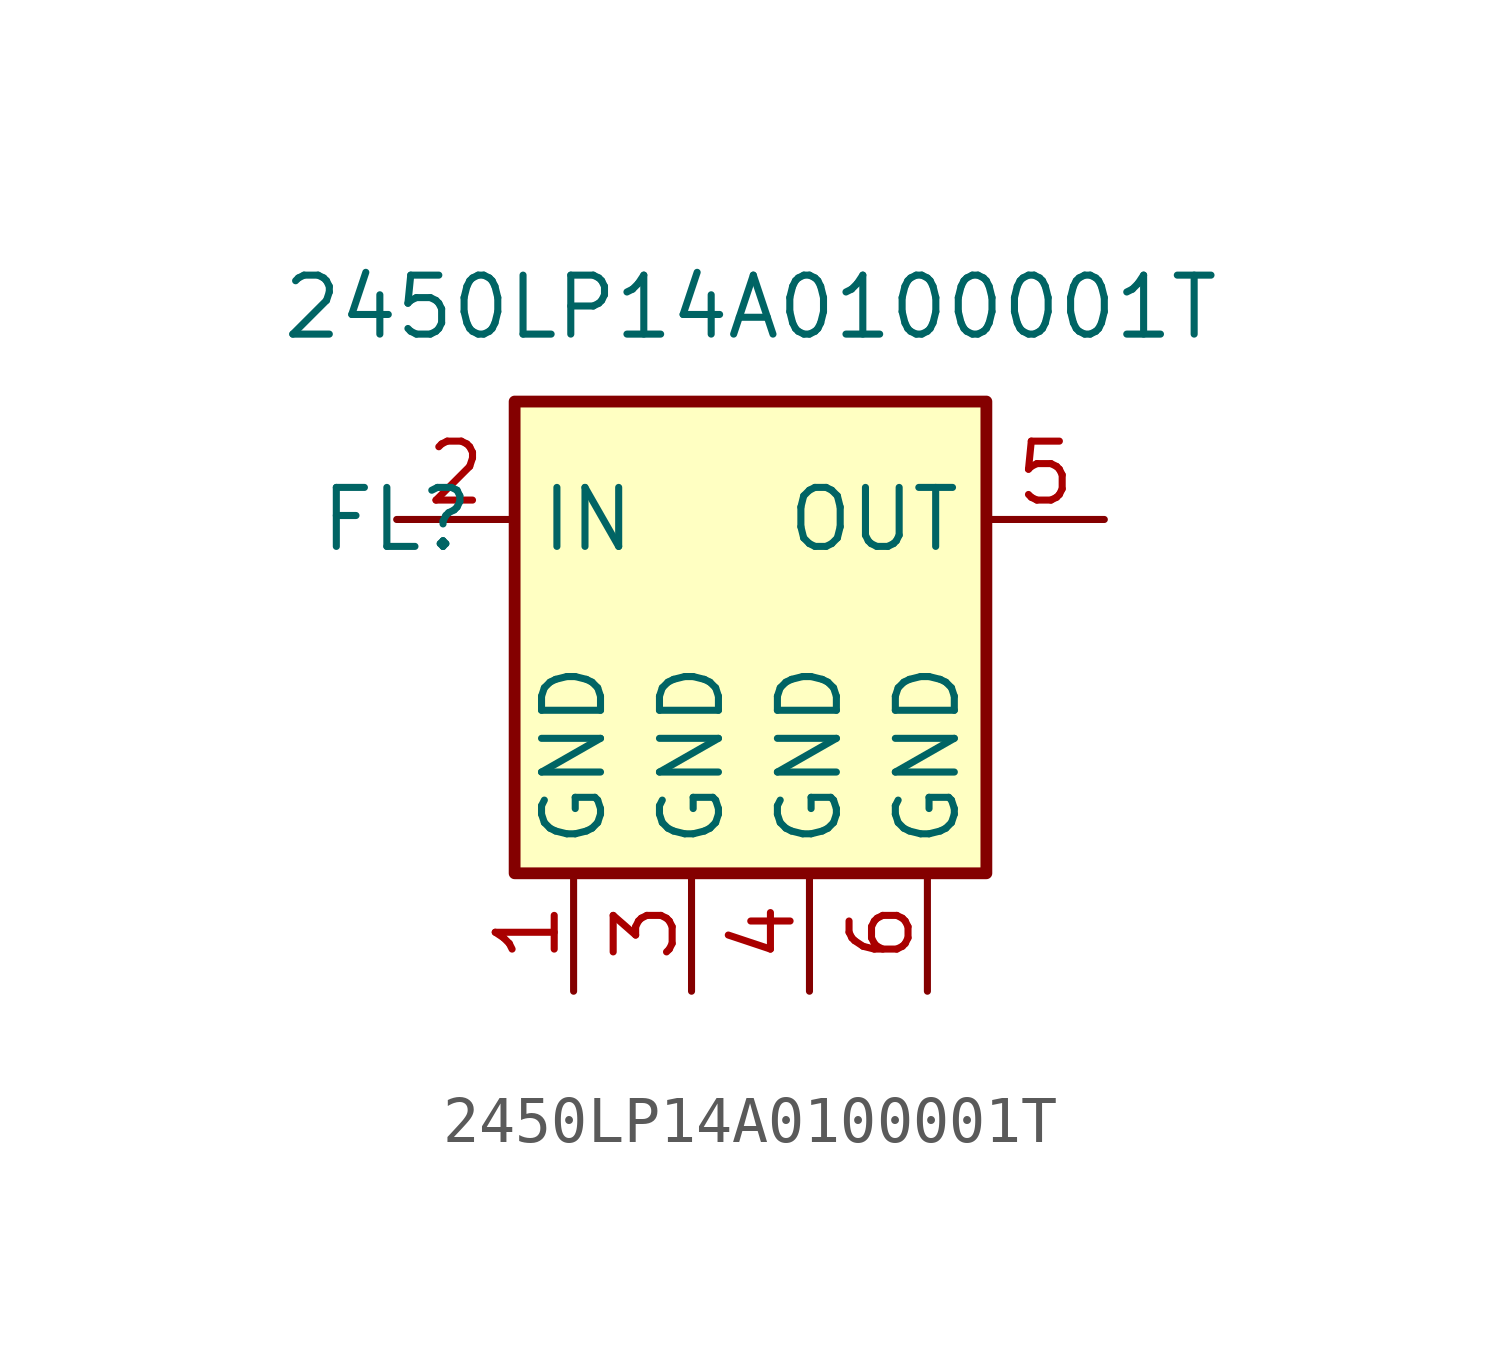
<source format=kicad_sym>
(kicad_symbol_lib
  (version 20241209)
  (generator "kicad_symbol_editor")
  (generator_version "9.0")
  (symbol "2450LP14A0100001T"
    (property "Reference" "FL"
      (at 0 0 0)
      (effects (font (size 1.27 1.27))))
    (property "Value" "2450LP14A0100001T"
      (at 7.62 4.572 0)
      (effects (font (size 1.27 1.27))))
    (symbol "2450LP14A0100001T_0_0"
      (pin input line (at 0 0 0) (length 2.54) (name "IN" (effects (font (size 1.27 1.27)))) (number "2" (effects (font (size 1.27 1.27)))))
      (pin power_out line (at 3.81 -10.16 90) (length 2.54) (name "GND" (effects (font (size 1.27 1.27)))) (number "1" (effects (font (size 1.27 1.27)))))
      (pin power_out line (at 6.35 -10.16 90) (length 2.54) (name "GND" (effects (font (size 1.27 1.27)))) (number "3" (effects (font (size 1.27 1.27)))))
      (pin power_out line (at 8.89 -10.16 90) (length 2.54) (name "GND" (effects (font (size 1.27 1.27)))) (number "4" (effects (font (size 1.27 1.27)))))
      (pin power_out line (at 11.43 -10.16 90) (length 2.54) (name "GND" (effects (font (size 1.27 1.27)))) (number "6" (effects (font (size 1.27 1.27)))))
      (pin output line (at 15.24 0 180) (length 2.54) (name "OUT" (effects (font (size 1.27 1.27)))) (number "5" (effects (font (size 1.27 1.27))))))
    (symbol "2450LP14A0100001T_1_1"
      (rectangle (start 2.54 2.54) (end 12.7 -7.62) (stroke (width 0.254) (type solid) (color 132 0 0 1)) (fill (type background))))))
</source>
